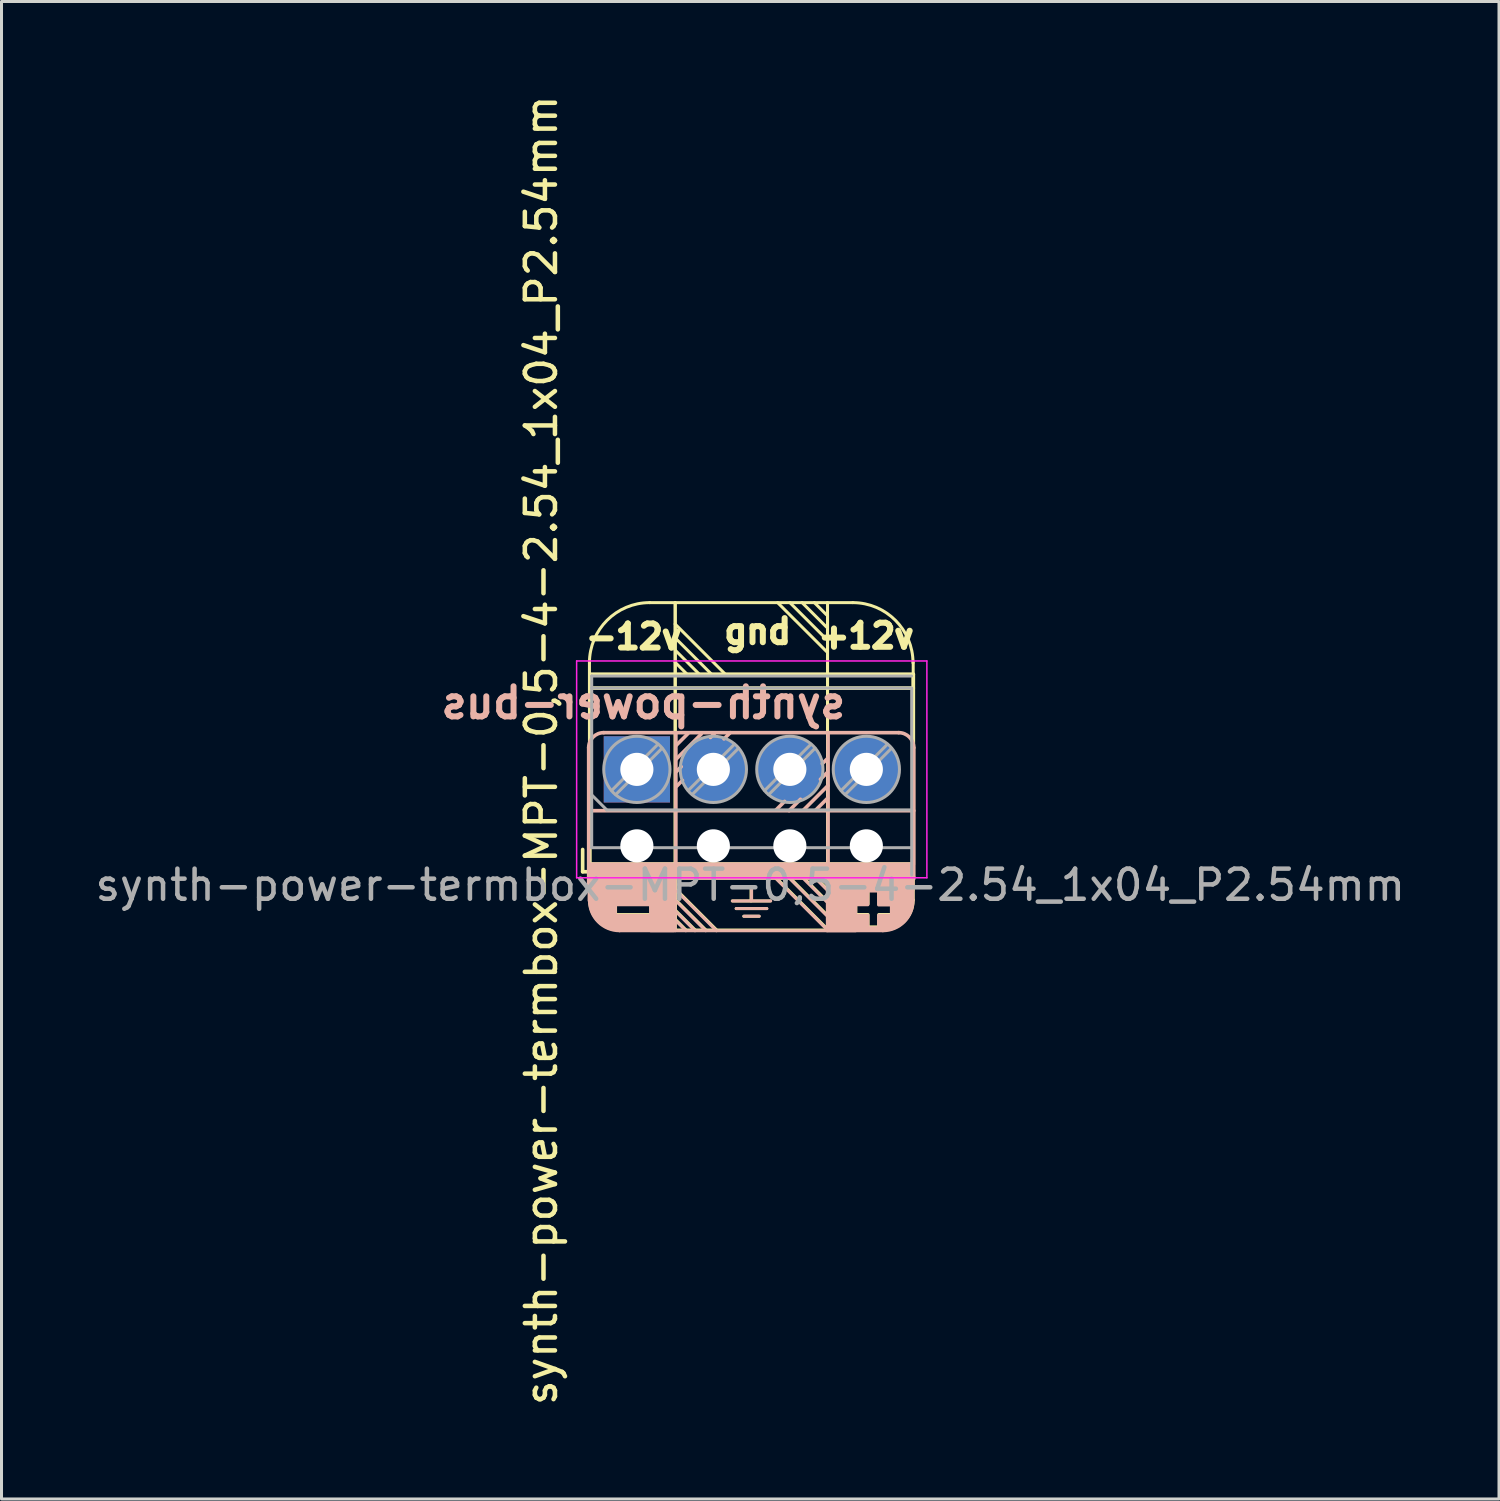
<source format=kicad_pcb>
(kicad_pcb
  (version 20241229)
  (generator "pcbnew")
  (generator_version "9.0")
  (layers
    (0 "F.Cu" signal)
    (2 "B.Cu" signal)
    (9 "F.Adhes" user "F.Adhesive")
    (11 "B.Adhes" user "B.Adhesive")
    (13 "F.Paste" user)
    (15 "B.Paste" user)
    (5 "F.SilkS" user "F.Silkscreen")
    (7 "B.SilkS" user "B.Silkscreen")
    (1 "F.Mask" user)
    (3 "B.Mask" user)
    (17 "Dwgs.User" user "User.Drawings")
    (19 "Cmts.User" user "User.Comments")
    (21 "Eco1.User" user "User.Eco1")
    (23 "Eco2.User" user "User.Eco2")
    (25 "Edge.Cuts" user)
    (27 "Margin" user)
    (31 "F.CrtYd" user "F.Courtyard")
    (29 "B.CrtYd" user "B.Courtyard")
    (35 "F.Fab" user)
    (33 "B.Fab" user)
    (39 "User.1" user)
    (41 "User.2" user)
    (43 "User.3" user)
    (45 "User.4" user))
  (footprint "synth-power-termbox-MPT-0,5-4-2.54_1x04_P2.54mm"
    (layer "F.Cu")
    (at 18.098 22.498)
    (property "Reference" "synth-power-termbox-MPT-0,5-4-2.54_1x04_P2.54mm" (at -3.175 -0.635 90) (layer "F.SilkS") (effects (font (size 1 1) (thickness 0.15))))
    (property "Value" "synth-power-bus" (at 3.607 -6.096 0) (layer "F.SilkS") (hide yes) (effects (font (size 1 1) (thickness 0.15))))
    (attr through_hole)
    (fp_line (start -1.8 2.66) (end -1.8 3.4) (stroke (width 0.12) (type solid)) (layer "F.SilkS"))
    (fp_line (start -1.8 3.4) (end -1.3 3.4) (stroke (width 0.12) (type solid)) (layer "F.SilkS"))
    (fp_line (start -1.575 4.343) (end -1.575 -3.537) (stroke (width 0.1) (type default)) (layer "F.SilkS"))
    (fp_line (start -1.56 -3.16) (end -1.56 3.16) (stroke (width 0.12) (type solid)) (layer "F.SilkS"))
    (fp_line (start -1.56 -3.16) (end 9.18 -3.16) (stroke (width 0.12) (type solid)) (layer "F.SilkS"))
    (fp_line (start -1.56 -2.7) (end 9.18 -2.7) (stroke (width 0.12) (type solid)) (layer "F.SilkS"))
    (fp_line (start -1.554 3.566) (end 9.186 3.566) (stroke (width 0.12) (type solid)) (layer "F.SilkS"))
    (fp_line (start -0.908 4.187) (end -0.908 4.856) (stroke (width 0.5) (type default)) (layer "F.SilkS"))
    (fp_line (start 0.425 -5.537) (end 1.27 -5.537) (stroke (width 0.1) (type default)) (layer "F.SilkS"))
    (fp_line (start 1.27 -5.537) (end 1.27 4.928) (stroke (width 0.1) (type default)) (layer "F.SilkS"))
    (fp_line (start 1.27 -4.826) (end 2.946 -3.15) (stroke (width 0.1) (type default)) (layer "F.SilkS"))
    (fp_line (start 1.27 -4.369) (end 2.489 -3.15) (stroke (width 0.1) (type default)) (layer "F.SilkS"))
    (fp_line (start 1.27 -3.962) (end 2.083 -3.15) (stroke (width 0.1) (type default)) (layer "F.SilkS"))
    (fp_line (start 1.27 -3.556) (end 1.676 -3.15) (stroke (width 0.1) (type default)) (layer "F.SilkS"))
    (fp_line (start 1.276 4.318) (end 2.292 5.334) (stroke (width 0.1) (type default)) (layer "F.SilkS"))
    (fp_line (start 1.276 4.674) (end 1.937 5.334) (stroke (width 0.1) (type default)) (layer "F.SilkS"))
    (fp_line (start 1.276 4.978) (end 1.632 5.334) (stroke (width 0.1) (type default)) (layer "F.SilkS"))
    (fp_line (start 1.276 5.334) (end -0.568 5.334) (stroke (width 0.1) (type default)) (layer "F.SilkS"))
    (fp_line (start 1.327 4.013) (end 2.648 5.334) (stroke (width 0.1) (type default)) (layer "F.SilkS"))
    (fp_line (start 3.169 4.369) (end 4.439 4.369) (stroke (width 0.1) (type default)) (layer "F.SilkS"))
    (fp_line (start 3.296 4.623) (end 4.312 4.623) (stroke (width 0.1) (type default)) (layer "F.SilkS"))
    (fp_line (start 3.55 4.877) (end 4.058 4.877) (stroke (width 0.1) (type default)) (layer "F.SilkS"))
    (fp_line (start 3.791 3.912) (end 3.791 4.369) (stroke (width 0.1) (type default)) (layer "F.SilkS"))
    (fp_line (start 4.578 3.556) (end 6.306 5.283) (stroke (width 0.1) (type default)) (layer "F.SilkS"))
    (fp_line (start 4.674 -5.537) (end 6.299 -3.912) (stroke (width 0.1) (type default)) (layer "F.SilkS"))
    (fp_line (start 5.036 3.556) (end 6.306 4.826) (stroke (width 0.1) (type default)) (layer "F.SilkS"))
    (fp_line (start 5.08 -5.537) (end 6.299 -4.318) (stroke (width 0.1) (type default)) (layer "F.SilkS"))
    (fp_line (start 5.486 -5.537) (end 6.299 -4.724) (stroke (width 0.1) (type default)) (layer "F.SilkS"))
    (fp_line (start 5.893 -5.537) (end 6.299 -5.131) (stroke (width 0.1) (type default)) (layer "F.SilkS"))
    (fp_line (start 6.306 3.962) (end 5.899 3.556) (stroke (width 0.1) (type default)) (layer "F.SilkS"))
    (fp_line (start 6.306 4.369) (end 5.493 3.556) (stroke (width 0.1) (type default)) (layer "F.SilkS"))
    (fp_line (start 6.325 -5.537) (end 7.169 -5.537) (stroke (width 0.1) (type default)) (layer "F.SilkS"))
    (fp_line (start 6.331 5.334) (end 6.331 -5.131) (stroke (width 0.1) (type default)) (layer "F.SilkS"))
    (fp_line (start 7.525 5.232) (end 8.134 5.232) (stroke (width 0.1) (type solid)) (layer "F.SilkS"))
    (fp_line (start 7.525 5.283) (end 8.134 5.283) (stroke (width 0.1) (type solid)) (layer "F.SilkS"))
    (fp_line (start 8.176 5.334) (end 6.315 5.334) (stroke (width 0.1) (type default)) (layer "F.SilkS"))
    (fp_line (start 9.176 -3.556) (end 9.176 4.334) (stroke (width 0.1) (type default)) (layer "F.SilkS"))
    (fp_line (start 9.18 -3.16) (end 9.18 3.16) (stroke (width 0.12) (type solid)) (layer "F.SilkS"))
    (fp_rect (start -1.554 3.133) (end 9.176 3.55) (stroke (width 0.1) (type solid)) (fill yes) (layer "F.SilkS"))
    (fp_rect (start -1.492 3.556) (end 0.794 4.47) (stroke (width 0.1) (type solid)) (fill yes) (layer "F.SilkS"))
    (fp_rect (start -0.806 4.821) (end 0.505 5.288) (stroke (width 0.1) (type solid)) (fill yes) (layer "F.SilkS"))
    (fp_rect (start 0.464 3.607) (end 1.226 5.334) (stroke (width 0.1) (type solid)) (fill yes) (layer "F.SilkS"))
    (fp_rect (start 1.276 -5.537) (end 6.331 5.334) (stroke (width 0.1) (type default)) (fill no) (layer "F.SilkS"))
    (fp_rect (start 6.356 3.556) (end 7.271 5.334) (stroke (width 0.1) (type solid)) (fill yes) (layer "F.SilkS"))
    (fp_rect (start 7.169 4.82) (end 7.677 5.283) (stroke (width 0.1) (type solid)) (fill yes) (layer "F.SilkS"))
    (fp_rect (start 7.22 4.007) (end 7.677 4.47) (stroke (width 0.1) (type solid)) (fill yes) (layer "F.SilkS"))
    (fp_rect (start 7.271 3.632) (end 9.163 4.013) (stroke (width 0.1) (type solid)) (fill yes) (layer "F.SilkS"))
    (fp_rect (start 8.033 4.013) (end 8.541 4.477) (stroke (width 0.1) (type solid)) (fill yes) (layer "F.SilkS"))
    (fp_rect (start 8.033 4.82) (end 8.414 5.283) (stroke (width 0.1) (type solid)) (fill yes) (layer "F.SilkS"))
    (fp_rect (start 8.458 4.089) (end 9.03 4.826) (stroke (width 0.1) (type solid)) (fill yes) (layer "F.SilkS"))
    (fp_arc (start -1.5748 -3.5372) (mid -0.989014 -4.951414) (end 0.4252 -5.5372) (stroke (width 0.1) (type default)) (layer "F.SilkS"))
    (fp_arc (start -0.56845 5.334) (mid -1.275557 5.041107) (end -1.56845 4.334) (stroke (width 0.1) (type default)) (layer "F.SilkS"))
    (fp_arc (start -0.50165 5.08) (mid -1.123243 4.881974) (end -1.31445 4.258249) (stroke (width 0.5) (type default)) (layer "F.SilkS"))
    (fp_arc (start 7.1694 -5.5372) (mid 8.583614 -4.951414) (end 9.1694 -3.5372) (stroke (width 0.1) (type default)) (layer "F.SilkS"))
    (fp_arc (start 8.941971 4.204412) (mid 8.792096 4.797477) (end 8.24954 5.08) (stroke (width 0.5) (type default)) (layer "F.SilkS"))
    (fp_arc (start 9.17575 4.334) (mid 8.882857 5.041107) (end 8.17575 5.334) (stroke (width 0.1) (type default)) (layer "F.SilkS"))
    (fp_line (start -1.6 4.039) (end -1.6 -0.719) (stroke (width 0.12) (type default)) (layer "B.SilkS"))
    (fp_line (start -1.575 3.521) (end -1.575 4.359) (stroke (width 0.12) (type solid)) (layer "B.SilkS"))
    (fp_line (start -1.56 3.592) (end 8.915 3.592) (stroke (width 0.12) (type solid)) (layer "B.SilkS"))
    (fp_line (start -1.1 -1.219) (end 8.695 -1.219) (stroke (width 0.12) (type default)) (layer "B.SilkS"))
    (fp_line (start -0.914 4.212) (end -0.914 4.881) (stroke (width 0.5) (type default)) (layer "B.SilkS"))
    (fp_line (start 1.27 4.343) (end 2.286 5.359) (stroke (width 0.1) (type default)) (layer "B.SilkS"))
    (fp_line (start 1.27 4.699) (end 1.93 5.359) (stroke (width 0.1) (type default)) (layer "B.SilkS"))
    (fp_line (start 1.27 5.004) (end 1.626 5.359) (stroke (width 0.1) (type default)) (layer "B.SilkS"))
    (fp_line (start 1.27 5.359) (end -0.575 5.359) (stroke (width 0.1) (type default)) (layer "B.SilkS"))
    (fp_line (start 1.295 -0.33) (end 2.134 -1.168) (stroke (width 0.12) (type solid)) (layer "B.SilkS"))
    (fp_line (start 1.295 3.2) (end 1.295 -1.194) (stroke (width 0.12) (type default)) (layer "B.SilkS"))
    (fp_line (start 1.303 -0.795) (end 1.695 -1.187) (stroke (width 0.12) (type solid)) (layer "B.SilkS"))
    (fp_line (start 1.309 0.075) (end 1.473 -0.089) (stroke (width 0.12) (type solid)) (layer "B.SilkS"))
    (fp_line (start 1.321 0.559) (end 1.514 0.366) (stroke (width 0.12) (type solid)) (layer "B.SilkS"))
    (fp_line (start 1.321 4.039) (end 2.642 5.359) (stroke (width 0.1) (type default)) (layer "B.SilkS"))
    (fp_line (start 2.444 -1.06) (end 2.575 -1.191) (stroke (width 0.12) (type solid)) (layer "B.SilkS"))
    (fp_line (start 2.892 -1.012) (end 3.099 -1.219) (stroke (width 0.12) (type solid)) (layer "B.SilkS"))
    (fp_line (start 3.175 4.369) (end 4.445 4.369) (stroke (width 0.1) (type default)) (layer "B.SilkS"))
    (fp_line (start 3.302 4.623) (end 4.318 4.623) (stroke (width 0.1) (type default)) (layer "B.SilkS"))
    (fp_line (start 3.556 4.877) (end 4.064 4.877) (stroke (width 0.1) (type default)) (layer "B.SilkS"))
    (fp_line (start 3.81 3.924) (end 3.81 4.356) (stroke (width 0.1) (type default)) (layer "B.SilkS"))
    (fp_line (start 4.572 3.581) (end 6.299 5.309) (stroke (width 0.1) (type default)) (layer "B.SilkS"))
    (fp_line (start 4.616 1.353) (end 4.905 1.064) (stroke (width 0.12) (type solid)) (layer "B.SilkS"))
    (fp_line (start 5.029 3.581) (end 6.299 4.851) (stroke (width 0.1) (type default)) (layer "B.SilkS"))
    (fp_line (start 5.055 1.372) (end 5.433 0.993) (stroke (width 0.12) (type solid)) (layer "B.SilkS"))
    (fp_line (start 5.528 1.355) (end 6.345 0.538) (stroke (width 0.12) (type solid)) (layer "B.SilkS"))
    (fp_line (start 5.942 1.348) (end 6.335 0.955) (stroke (width 0.12) (type solid)) (layer "B.SilkS"))
    (fp_line (start 6.157 -0.188) (end 6.325 -0.356) (stroke (width 0.12) (type solid)) (layer "B.SilkS"))
    (fp_line (start 6.299 3.988) (end 5.893 3.581) (stroke (width 0.1) (type default)) (layer "B.SilkS"))
    (fp_line (start 6.299 4.394) (end 5.486 3.581) (stroke (width 0.1) (type default)) (layer "B.SilkS"))
    (fp_line (start 6.325 0.102) (end 6.096 0.33) (stroke (width 0.12) (type solid)) (layer "B.SilkS"))
    (fp_line (start 6.35 3.2) (end 6.35 -1.194) (stroke (width 0.12) (type default)) (layer "B.SilkS"))
    (fp_line (start 7.518 5.258) (end 8.128 5.258) (stroke (width 0.1) (type solid)) (layer "B.SilkS"))
    (fp_line (start 7.518 5.309) (end 8.128 5.309) (stroke (width 0.1) (type solid)) (layer "B.SilkS"))
    (fp_line (start 8.169 5.359) (end 6.309 5.359) (stroke (width 0.1) (type default)) (layer "B.SilkS"))
    (fp_line (start 9.157 2.972) (end 9.157 4.359) (stroke (width 0.12) (type solid)) (layer "B.SilkS"))
    (fp_line (start 9.195 -0.719) (end 9.195 3.632) (stroke (width 0.12) (type default)) (layer "B.SilkS"))
    (fp_line (start 9.195 1.372) (end -1.575 1.372) (stroke (width 0.12) (type default)) (layer "B.SilkS"))
    (fp_rect (start -1.568 3.15) (end 9.163 3.607) (stroke (width 0.12) (type solid)) (fill yes) (layer "B.SilkS"))
    (fp_rect (start -1.499 3.581) (end 0.787 4.496) (stroke (width 0.1) (type solid)) (fill yes) (layer "B.SilkS"))
    (fp_rect (start -0.813 4.847) (end 0.499 5.313) (stroke (width 0.1) (type solid)) (fill yes) (layer "B.SilkS"))
    (fp_rect (start 0.457 3.632) (end 1.219 5.359) (stroke (width 0.1) (type solid)) (fill yes) (layer "B.SilkS"))
    (fp_rect (start 1.27 3.607) (end 6.325 5.359) (stroke (width 0.1) (type default)) (fill no) (layer "B.SilkS"))
    (fp_rect (start 6.35 3.581) (end 7.264 5.359) (stroke (width 0.1) (type solid)) (fill yes) (layer "B.SilkS"))
    (fp_rect (start 7.163 4.845) (end 7.671 5.309) (stroke (width 0.1) (type solid)) (fill yes) (layer "B.SilkS"))
    (fp_rect (start 7.214 4.032) (end 7.671 4.496) (stroke (width 0.1) (type solid)) (fill yes) (layer "B.SilkS"))
    (fp_rect (start 7.264 3.658) (end 9.157 4.039) (stroke (width 0.1) (type solid)) (fill yes) (layer "B.SilkS"))
    (fp_rect (start 8.026 4.039) (end 8.534 4.502) (stroke (width 0.1) (type solid)) (fill yes) (layer "B.SilkS"))
    (fp_rect (start 8.026 4.845) (end 8.407 5.309) (stroke (width 0.1) (type solid)) (fill yes) (layer "B.SilkS"))
    (fp_rect (start 8.452 4.115) (end 9.023 4.851) (stroke (width 0.1) (type solid)) (fill yes) (layer "B.SilkS"))
    (fp_arc (start -1.6002 -0.7192) (mid -1.453753 -1.072753) (end -1.1002 -1.2192) (stroke (width 0.12) (type default)) (layer "B.SilkS"))
    (fp_arc (start -0.5748 5.3594) (mid -1.281907 5.066507) (end -1.5748 4.3594) (stroke (width 0.1) (type default)) (layer "B.SilkS"))
    (fp_arc (start -0.508 5.1054) (mid -1.129595 4.907376) (end -1.3208 4.283649) (stroke (width 0.5) (type default)) (layer "B.SilkS"))
    (fp_arc (start 8.6948 -1.2192) (mid 9.048353 -1.072753) (end 9.1948 -0.7192) (stroke (width 0.12) (type default)) (layer "B.SilkS"))
    (fp_arc (start 8.935621 4.229812) (mid 8.785746 4.822877) (end 8.24319 5.1054) (stroke (width 0.5) (type default)) (layer "B.SilkS"))
    (fp_arc (start 9.1694 4.3594) (mid 8.876507 5.066507) (end 8.1694 5.3594) (stroke (width 0.1) (type default)) (layer "B.SilkS"))
    (fp_line (start -2 -3.6) (end -2 3.6) (stroke (width 0.05) (type solid)) (layer "F.CrtYd"))
    (fp_line (start -2 3.6) (end 9.63 3.6) (stroke (width 0.05) (type solid)) (layer "F.CrtYd"))
    (fp_line (start 9.63 -3.6) (end -2 -3.6) (stroke (width 0.05) (type solid)) (layer "F.CrtYd"))
    (fp_line (start 9.63 3.6) (end 9.63 -3.6) (stroke (width 0.05) (type solid)) (layer "F.CrtYd"))
    (fp_line (start -1.5 -3.1) (end 9.12 -3.1) (stroke (width 0.1) (type solid)) (layer "F.Fab"))
    (fp_line (start -1.5 -2.7) (end 9.12 -2.7) (stroke (width 0.1) (type solid)) (layer "F.Fab"))
    (fp_line (start -1.5 2.6) (end -1.5 -3.1) (stroke (width 0.1) (type solid)) (layer "F.Fab"))
    (fp_line (start -1.5 2.6) (end 9.12 2.6) (stroke (width 0.1) (type solid)) (layer "F.Fab"))
    (fp_line (start -1 1.347) (end -1.5 0.847) (stroke (width 0.1) (type solid)) (layer "F.Fab"))
    (fp_line (start 0.701 -0.835) (end -0.835 0.7) (stroke (width 0.1) (type solid)) (layer "F.Fab"))
    (fp_line (start 0.835 -0.7) (end -0.701 0.835) (stroke (width 0.1) (type solid)) (layer "F.Fab"))
    (fp_line (start 3.241 -0.835) (end 1.706 0.7) (stroke (width 0.1) (type solid)) (layer "F.Fab"))
    (fp_line (start 3.375 -0.7) (end 1.84 0.835) (stroke (width 0.1) (type solid)) (layer "F.Fab"))
    (fp_line (start 5.781 -0.835) (end 4.246 0.7) (stroke (width 0.1) (type solid)) (layer "F.Fab"))
    (fp_line (start 5.915 -0.7) (end 4.38 0.835) (stroke (width 0.1) (type solid)) (layer "F.Fab"))
    (fp_line (start 8.321 -0.835) (end 6.786 0.7) (stroke (width 0.1) (type solid)) (layer "F.Fab"))
    (fp_line (start 8.455 -0.7) (end 6.92 0.835) (stroke (width 0.1) (type solid)) (layer "F.Fab"))
    (fp_line (start 9.12 1.347) (end -1 1.347) (stroke (width 0.1) (type solid)) (layer "F.Fab"))
    (fp_line (start 9.126 -2.694) (end 9.126 3.506) (stroke (width 0.1) (type solid)) (layer "F.Fab"))
    (fp_circle (center 0 0) (end 1.1 0) (stroke (width 0.1) (type solid)) (fill no) (layer "F.Fab"))
    (fp_circle (center 2.54 0) (end 3.64 0) (stroke (width 0.1) (type solid)) (fill no) (layer "F.Fab"))
    (fp_circle (center 5.08 0) (end 6.18 0) (stroke (width 0.1) (type solid)) (fill no) (layer "F.Fab"))
    (fp_circle (center 7.62 0) (end 8.72 0) (stroke (width 0.1) (type solid)) (fill no) (layer "F.Fab"))
    (fp_text user "+12v" (at 5.918 -3.962 0) (unlocked yes) (layer "F.SilkS") (effects (font (size 0.8 0.8) (thickness 0.2) (bold yes)) (justify left bottom)))
    (fp_text user "-12v" (at -1.803 -3.937 0) (unlocked yes) (layer "F.SilkS") (effects (font (size 0.8 0.8) (thickness 0.2) (bold yes)) (justify left bottom)))
    (fp_text user "gnd" (at 2.794 -4.115 0) (unlocked yes) (layer "F.SilkS") (effects (font (size 0.8 0.8) (thickness 0.2) (bold yes)) (justify left bottom)))
    (fp_text user "${VALUE}" (at 7.036 -1.626 0) (unlocked yes) (layer "B.SilkS") (effects (font (size 1 1) (thickness 0.2) (bold yes)) (justify left bottom mirror)))
    (fp_text user "${REFERENCE}" (at 3.766 3.841 0) (layer "F.Fab") (effects (font (size 1 1) (thickness 0.15))))
    (pad "" np_thru_hole circle (at 0 2.54) (size 1.1 1.1) (drill 1.1) (layers "*.Cu" "*.Mask"))
    (pad "" np_thru_hole circle (at 2.54 2.54) (size 1.1 1.1) (drill 1.1) (layers "*.Cu" "*.Mask"))
    (pad "" np_thru_hole circle (at 5.08 2.54) (size 1.1 1.1) (drill 1.1) (layers "*.Cu" "*.Mask"))
    (pad "" np_thru_hole circle (at 7.62 2.54) (size 1.1 1.1) (drill 1.1) (layers "*.Cu" "*.Mask"))
    (pad "1" thru_hole rect (at 0 0) (size 2.2 2.2) (drill 1.1) (layers "*.Cu" "*.Mask"))
    (pad "2" thru_hole circle (at 2.54 0) (size 2.2 2.2) (drill 1.1) (layers "*.Cu" "*.Mask"))
    (pad "3" thru_hole circle (at 5.08 0) (size 2.2 2.2) (drill 1.1) (layers "*.Cu" "*.Mask"))
    (pad "4" thru_hole circle (at 7.62 0) (size 2.2 2.2) (drill 1.1) (layers "*.Cu" "*.Mask")))
  (gr_rect
    (start -3 -3)
    (end 46.726 46.726)
    (stroke (width 0.1) (type default))
    (fill no)
    (layer "Edge.Cuts")))
</source>
